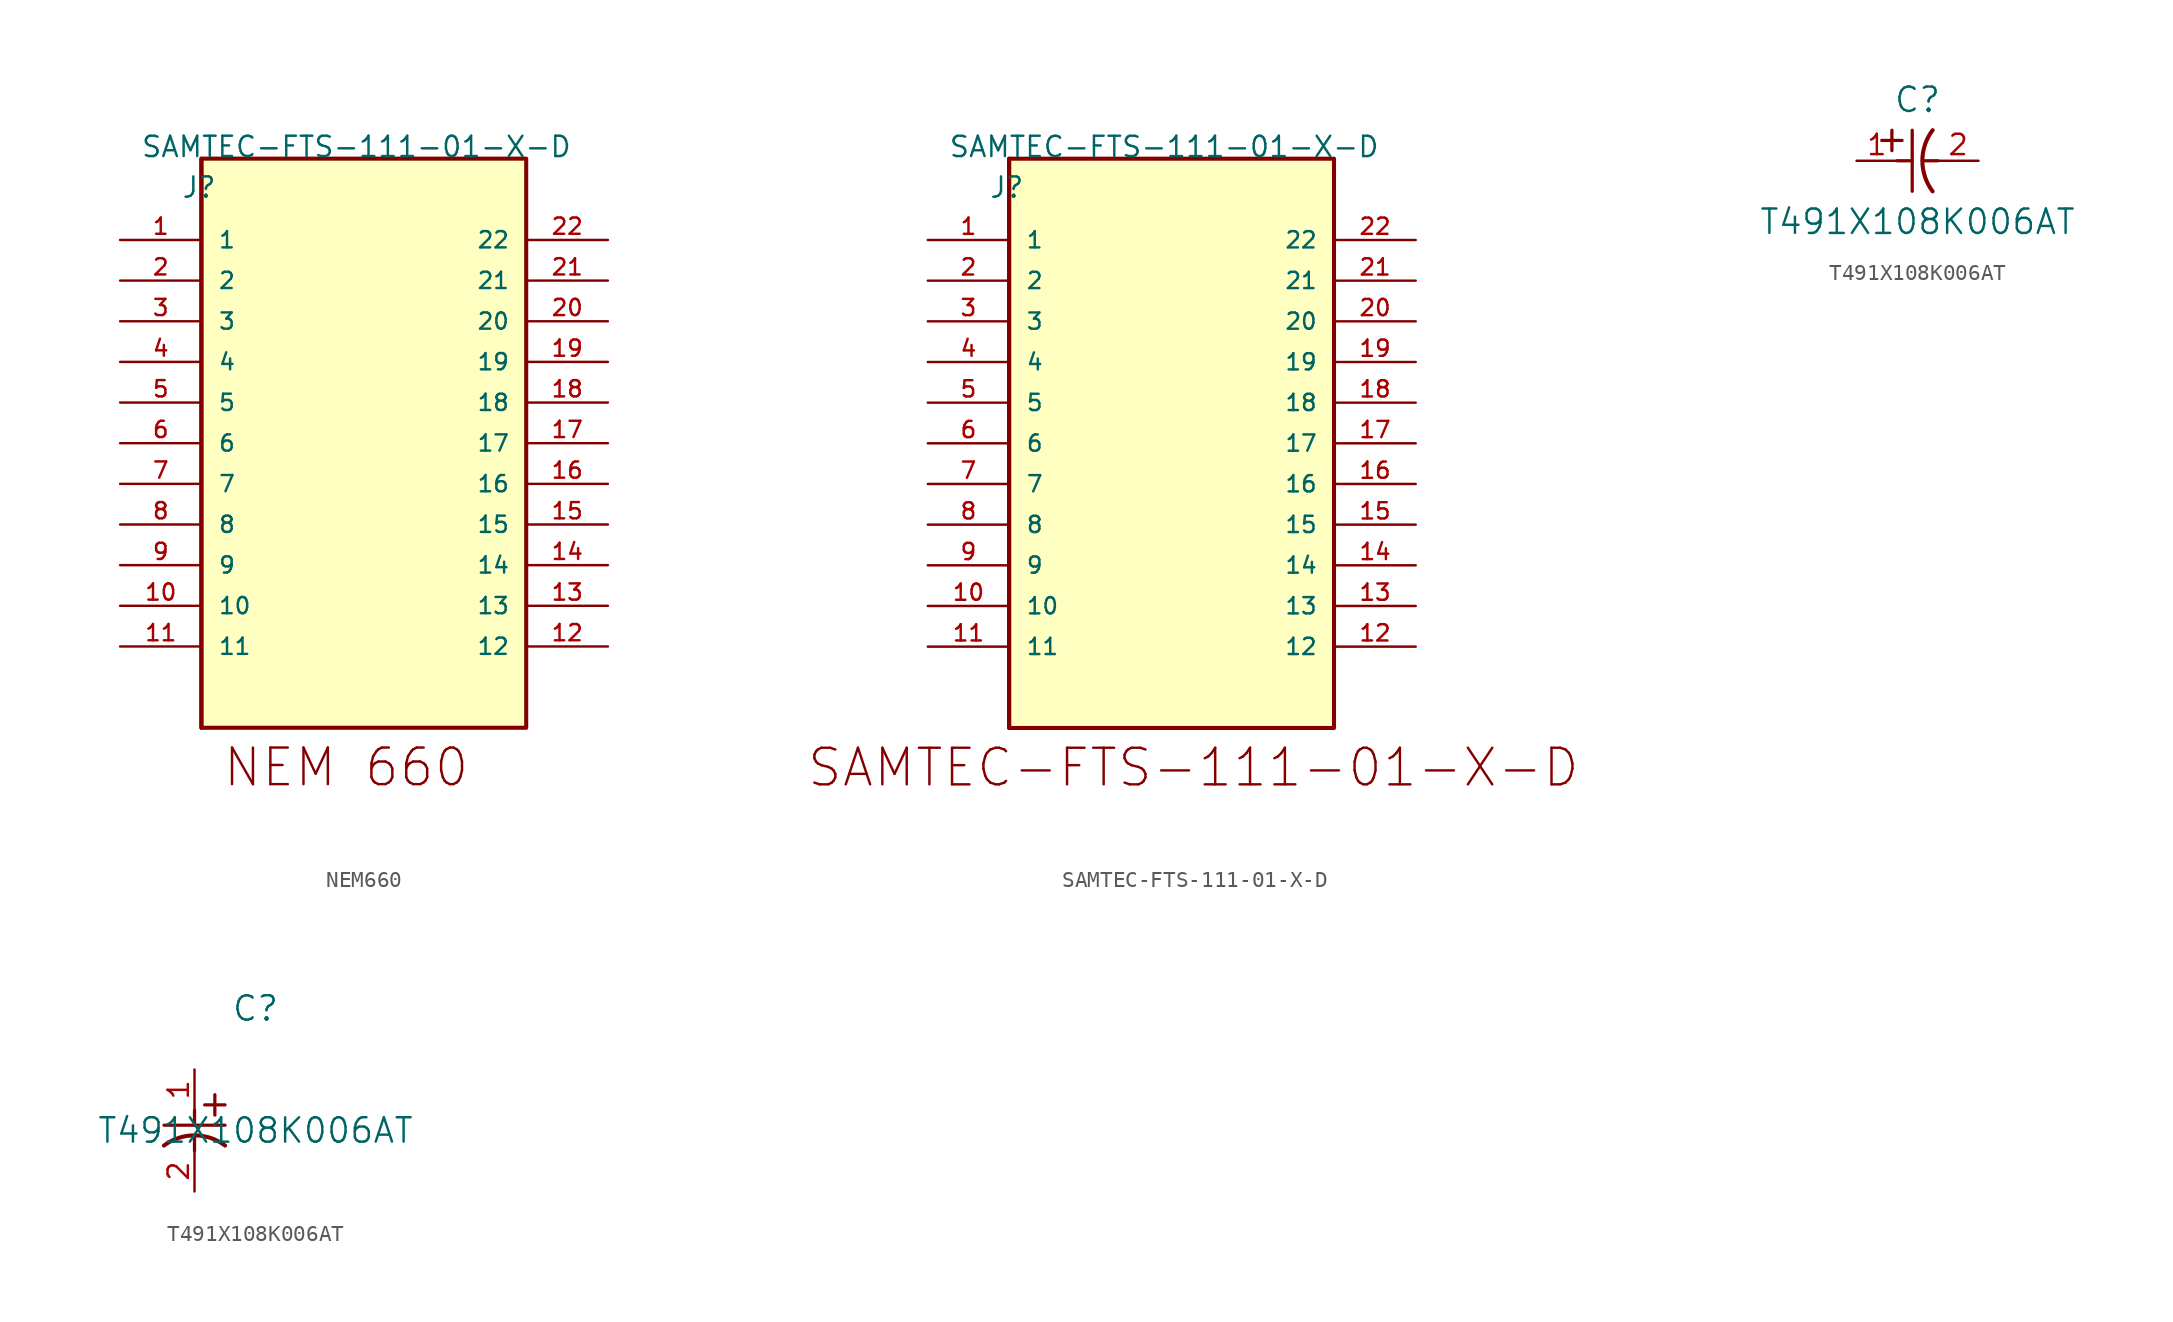
<source format=kicad_sym>
(kicad_symbol_lib
  (version 20220914)
  (generator kicad_symbol_editor)
  (symbol "NEM660"
    (pin_names
      (offset 1.016))
    (property "Reference" "J"
      (at -1.27 2.54 0)
      (effects (font (size 1.27 1.27)) (justify left bottom)))
    (property "Value" "SAMTEC-FTS-111-01-X-D"
      (at -3.81 5.08 0)
      (effects (font (size 1.27 1.27)) (justify left bottom)))
    (property "ki_locked" ""
      (at 0 0 0)
      (effects (font (size 1.27 1.27))))
    (symbol "NEM660_0_0"
      (polyline (pts (xy 0 -30.48) (xy 0 5.08)) (stroke (width 0.254) (type solid)) (fill (type none)))
      (rectangle (start 0 5.08) (end 20.295 -30.48) (stroke (width 0.254) (type solid)) (fill (type background)))
      (pin passive line (at -5.08 0 0) (length 5.08) (name "1" (effects (font (size 1.016 1.016)))) (number "1" (effects (font (size 1.016 1.016))))))
    (symbol "NEM660_1_0"
      (text "NEM 660" (at 1.27 -34.29 0) (effects (font (size 2.286 2.286)) (justify left bottom)))
      (pin passive line (at -5.08 -22.86 0) (length 5.08) (name "10" (effects (font (size 1.016 1.016)))) (number "10" (effects (font (size 1.016 1.016)))))
      (pin passive line (at -5.08 -25.4 0) (length 5.08) (name "11" (effects (font (size 1.016 1.016)))) (number "11" (effects (font (size 1.016 1.016)))))
      (pin passive line (at 25.4 -25.4 180) (length 5.08) (name "12" (effects (font (size 1.016 1.016)))) (number "12" (effects (font (size 1.016 1.016)))))
      (pin passive line (at 25.4 -22.86 180) (length 5.08) (name "13" (effects (font (size 1.016 1.016)))) (number "13" (effects (font (size 1.016 1.016)))))
      (pin passive line (at 25.4 -20.32 180) (length 5.08) (name "14" (effects (font (size 1.016 1.016)))) (number "14" (effects (font (size 1.016 1.016)))))
      (pin passive line (at 25.4 -17.78 180) (length 5.08) (name "15" (effects (font (size 1.016 1.016)))) (number "15" (effects (font (size 1.016 1.016)))))
      (pin passive line (at 25.4 -15.24 180) (length 5.08) (name "16" (effects (font (size 1.016 1.016)))) (number "16" (effects (font (size 1.016 1.016)))))
      (pin passive line (at 25.4 -12.7 180) (length 5.08) (name "17" (effects (font (size 1.016 1.016)))) (number "17" (effects (font (size 1.016 1.016)))))
      (pin passive line (at 25.4 -10.16 180) (length 5.08) (name "18" (effects (font (size 1.016 1.016)))) (number "18" (effects (font (size 1.016 1.016)))))
      (pin passive line (at 25.4 -7.62 180) (length 5.08) (name "19" (effects (font (size 1.016 1.016)))) (number "19" (effects (font (size 1.016 1.016)))))
      (pin passive line (at -5.08 -2.54 0) (length 5.08) (name "2" (effects (font (size 1.016 1.016)))) (number "2" (effects (font (size 1.016 1.016)))))
      (pin passive line (at 25.4 -5.08 180) (length 5.08) (name "20" (effects (font (size 1.016 1.016)))) (number "20" (effects (font (size 1.016 1.016)))))
      (pin passive line (at 25.4 -2.54 180) (length 5.08) (name "21" (effects (font (size 1.016 1.016)))) (number "21" (effects (font (size 1.016 1.016)))))
      (pin passive line (at 25.4 0 180) (length 5.08) (name "22" (effects (font (size 1.016 1.016)))) (number "22" (effects (font (size 1.016 1.016)))))
      (pin passive line (at -5.08 -5.08 0) (length 5.08) (name "3" (effects (font (size 1.016 1.016)))) (number "3" (effects (font (size 1.016 1.016)))))
      (pin passive line (at -5.08 -7.62 0) (length 5.08) (name "4" (effects (font (size 1.016 1.016)))) (number "4" (effects (font (size 1.016 1.016)))))
      (pin passive line (at -5.08 -10.16 0) (length 5.08) (name "5" (effects (font (size 1.016 1.016)))) (number "5" (effects (font (size 1.016 1.016)))))
      (pin passive line (at -5.08 -12.7 0) (length 5.08) (name "6" (effects (font (size 1.016 1.016)))) (number "6" (effects (font (size 1.016 1.016)))))
      (pin passive line (at -5.08 -15.24 0) (length 5.08) (name "7" (effects (font (size 1.016 1.016)))) (number "7" (effects (font (size 1.016 1.016)))))
      (pin passive line (at -5.08 -17.78 0) (length 5.08) (name "8" (effects (font (size 1.016 1.016)))) (number "8" (effects (font (size 1.016 1.016)))))
      (pin passive line (at -5.08 -20.32 0) (length 5.08) (name "9" (effects (font (size 1.016 1.016)))) (number "9" (effects (font (size 1.016 1.016)))))))
  (symbol "SAMTEC-FTS-111-01-X-D"
    (pin_names
      (offset 1.016))
    (property "Reference" "J"
      (at -1.27 2.54 0)
      (effects (font (size 1.27 1.27)) (justify left bottom)))
    (property "Value" "SAMTEC-FTS-111-01-X-D"
      (at -3.81 5.08 0)
      (effects (font (size 1.27 1.27)) (justify left bottom)))
    (property "ki_locked" ""
      (at 0 0 0)
      (effects (font (size 1.27 1.27))))
    (symbol "SAMTEC-FTS-111-01-X-D_0_0"
      (polyline (pts (xy 0 -30.48) (xy 0 5.08)) (stroke (width 0.254) (type solid)) (fill (type none)))
      (rectangle (start 0 5.08) (end 20.295 -30.48) (stroke (width 0.254) (type solid)) (fill (type background)))
      (text "SAMTEC-FTS-111-01-X-D" (at -12.7 -34.29 0) (effects (font (size 2.286 2.286)) (justify left bottom)))
      (pin passive line (at -5.08 0 0) (length 5.08) (name "1" (effects (font (size 1.016 1.016)))) (number "1" (effects (font (size 1.016 1.016))))))
    (symbol "SAMTEC-FTS-111-01-X-D_1_0"
      (pin passive line (at -5.08 -22.86 0) (length 5.08) (name "10" (effects (font (size 1.016 1.016)))) (number "10" (effects (font (size 1.016 1.016)))))
      (pin passive line (at -5.08 -25.4 0) (length 5.08) (name "11" (effects (font (size 1.016 1.016)))) (number "11" (effects (font (size 1.016 1.016)))))
      (pin passive line (at 25.4 -25.4 180) (length 5.08) (name "12" (effects (font (size 1.016 1.016)))) (number "12" (effects (font (size 1.016 1.016)))))
      (pin passive line (at 25.4 -22.86 180) (length 5.08) (name "13" (effects (font (size 1.016 1.016)))) (number "13" (effects (font (size 1.016 1.016)))))
      (pin passive line (at 25.4 -20.32 180) (length 5.08) (name "14" (effects (font (size 1.016 1.016)))) (number "14" (effects (font (size 1.016 1.016)))))
      (pin passive line (at 25.4 -17.78 180) (length 5.08) (name "15" (effects (font (size 1.016 1.016)))) (number "15" (effects (font (size 1.016 1.016)))))
      (pin passive line (at 25.4 -15.24 180) (length 5.08) (name "16" (effects (font (size 1.016 1.016)))) (number "16" (effects (font (size 1.016 1.016)))))
      (pin passive line (at 25.4 -12.7 180) (length 5.08) (name "17" (effects (font (size 1.016 1.016)))) (number "17" (effects (font (size 1.016 1.016)))))
      (pin passive line (at 25.4 -10.16 180) (length 5.08) (name "18" (effects (font (size 1.016 1.016)))) (number "18" (effects (font (size 1.016 1.016)))))
      (pin passive line (at 25.4 -7.62 180) (length 5.08) (name "19" (effects (font (size 1.016 1.016)))) (number "19" (effects (font (size 1.016 1.016)))))
      (pin passive line (at -5.08 -2.54 0) (length 5.08) (name "2" (effects (font (size 1.016 1.016)))) (number "2" (effects (font (size 1.016 1.016)))))
      (pin passive line (at 25.4 -5.08 180) (length 5.08) (name "20" (effects (font (size 1.016 1.016)))) (number "20" (effects (font (size 1.016 1.016)))))
      (pin passive line (at 25.4 -2.54 180) (length 5.08) (name "21" (effects (font (size 1.016 1.016)))) (number "21" (effects (font (size 1.016 1.016)))))
      (pin passive line (at 25.4 0 180) (length 5.08) (name "22" (effects (font (size 1.016 1.016)))) (number "22" (effects (font (size 1.016 1.016)))))
      (pin passive line (at -5.08 -5.08 0) (length 5.08) (name "3" (effects (font (size 1.016 1.016)))) (number "3" (effects (font (size 1.016 1.016)))))
      (pin passive line (at -5.08 -7.62 0) (length 5.08) (name "4" (effects (font (size 1.016 1.016)))) (number "4" (effects (font (size 1.016 1.016)))))
      (pin passive line (at -5.08 -10.16 0) (length 5.08) (name "5" (effects (font (size 1.016 1.016)))) (number "5" (effects (font (size 1.016 1.016)))))
      (pin passive line (at -5.08 -12.7 0) (length 5.08) (name "6" (effects (font (size 1.016 1.016)))) (number "6" (effects (font (size 1.016 1.016)))))
      (pin passive line (at -5.08 -15.24 0) (length 5.08) (name "7" (effects (font (size 1.016 1.016)))) (number "7" (effects (font (size 1.016 1.016)))))
      (pin passive line (at -5.08 -17.78 0) (length 5.08) (name "8" (effects (font (size 1.016 1.016)))) (number "8" (effects (font (size 1.016 1.016)))))
      (pin passive line (at -5.08 -20.32 0) (length 5.08) (name "9" (effects (font (size 1.016 1.016)))) (number "9" (effects (font (size 1.016 1.016)))))))
  (symbol "T491X108K006AT"
    (pin_names
      (offset 0.254))
    (property "Reference" "C"
      (at 3.81 3.81 0)
      (effects (font (size 1.524 1.524))))
    (property "Value" "T491X108K006AT"
      (at 3.81 -3.81 0)
      (effects (font (size 1.524 1.524))))
    (property "ki_locked" ""
      (at 0 0 0)
      (effects (font (size 1.27 1.27))))
    (symbol "T491X108K006AT_1_1"
      (polyline (pts (xy 1.575 1.27) (xy 2.845 1.27)) (stroke (width 0.203) (type default)) (fill (type none)))
      (polyline (pts (xy 2.21 0.635) (xy 2.21 1.905)) (stroke (width 0.203) (type default)) (fill (type none)))
      (polyline (pts (xy 2.54 0) (xy 3.48 0)) (stroke (width 0.203) (type default)) (fill (type none)))
      (polyline (pts (xy 3.48 -1.905) (xy 3.48 1.905)) (stroke (width 0.203) (type default)) (fill (type none)))
      (polyline (pts (xy 4.115 0) (xy 5.08 0)) (stroke (width 0.203) (type default)) (fill (type none)))
      (arc (start 4.7541 1.9108) (mid 4.1148 0) (end 4.7541 -1.9108) (stroke (width 0.254) (type default)) (fill (type none)))
      (pin unspecified line (at 0 0 0) (length 2.54) (name "" (effects (font (size 1.27 1.27)))) (number "1" (effects (font (size 1.27 1.27)))))
      (pin unspecified line (at 7.62 0 180) (length 2.54) (name "" (effects (font (size 1.27 1.27)))) (number "2" (effects (font (size 1.27 1.27))))))
    (symbol "T491X108K006AT_1_2"
      (polyline (pts (xy -1.905 -3.48) (xy 1.905 -3.48)) (stroke (width 0.203) (type default)) (fill (type none)))
      (polyline (pts (xy 0 -4.115) (xy 0 -5.08)) (stroke (width 0.203) (type default)) (fill (type none)))
      (polyline (pts (xy 0 -2.54) (xy 0 -3.48)) (stroke (width 0.203) (type default)) (fill (type none)))
      (polyline (pts (xy 0.635 -2.21) (xy 1.905 -2.21)) (stroke (width 0.203) (type default)) (fill (type none)))
      (polyline (pts (xy 1.27 -1.575) (xy 1.27 -2.845)) (stroke (width 0.203) (type default)) (fill (type none)))
      (arc (start 1.9108 -4.7541) (mid 0 -4.1148) (end -1.9108 -4.7541) (stroke (width 0.254) (type default)) (fill (type none)))
      (pin unspecified line (at 0 0 270) (length 2.54) (name "" (effects (font (size 1.27 1.27)))) (number "1" (effects (font (size 1.27 1.27)))))
      (pin unspecified line (at 0 -7.62 90) (length 2.54) (name "" (effects (font (size 1.27 1.27)))) (number "2" (effects (font (size 1.27 1.27))))))))
</source>
